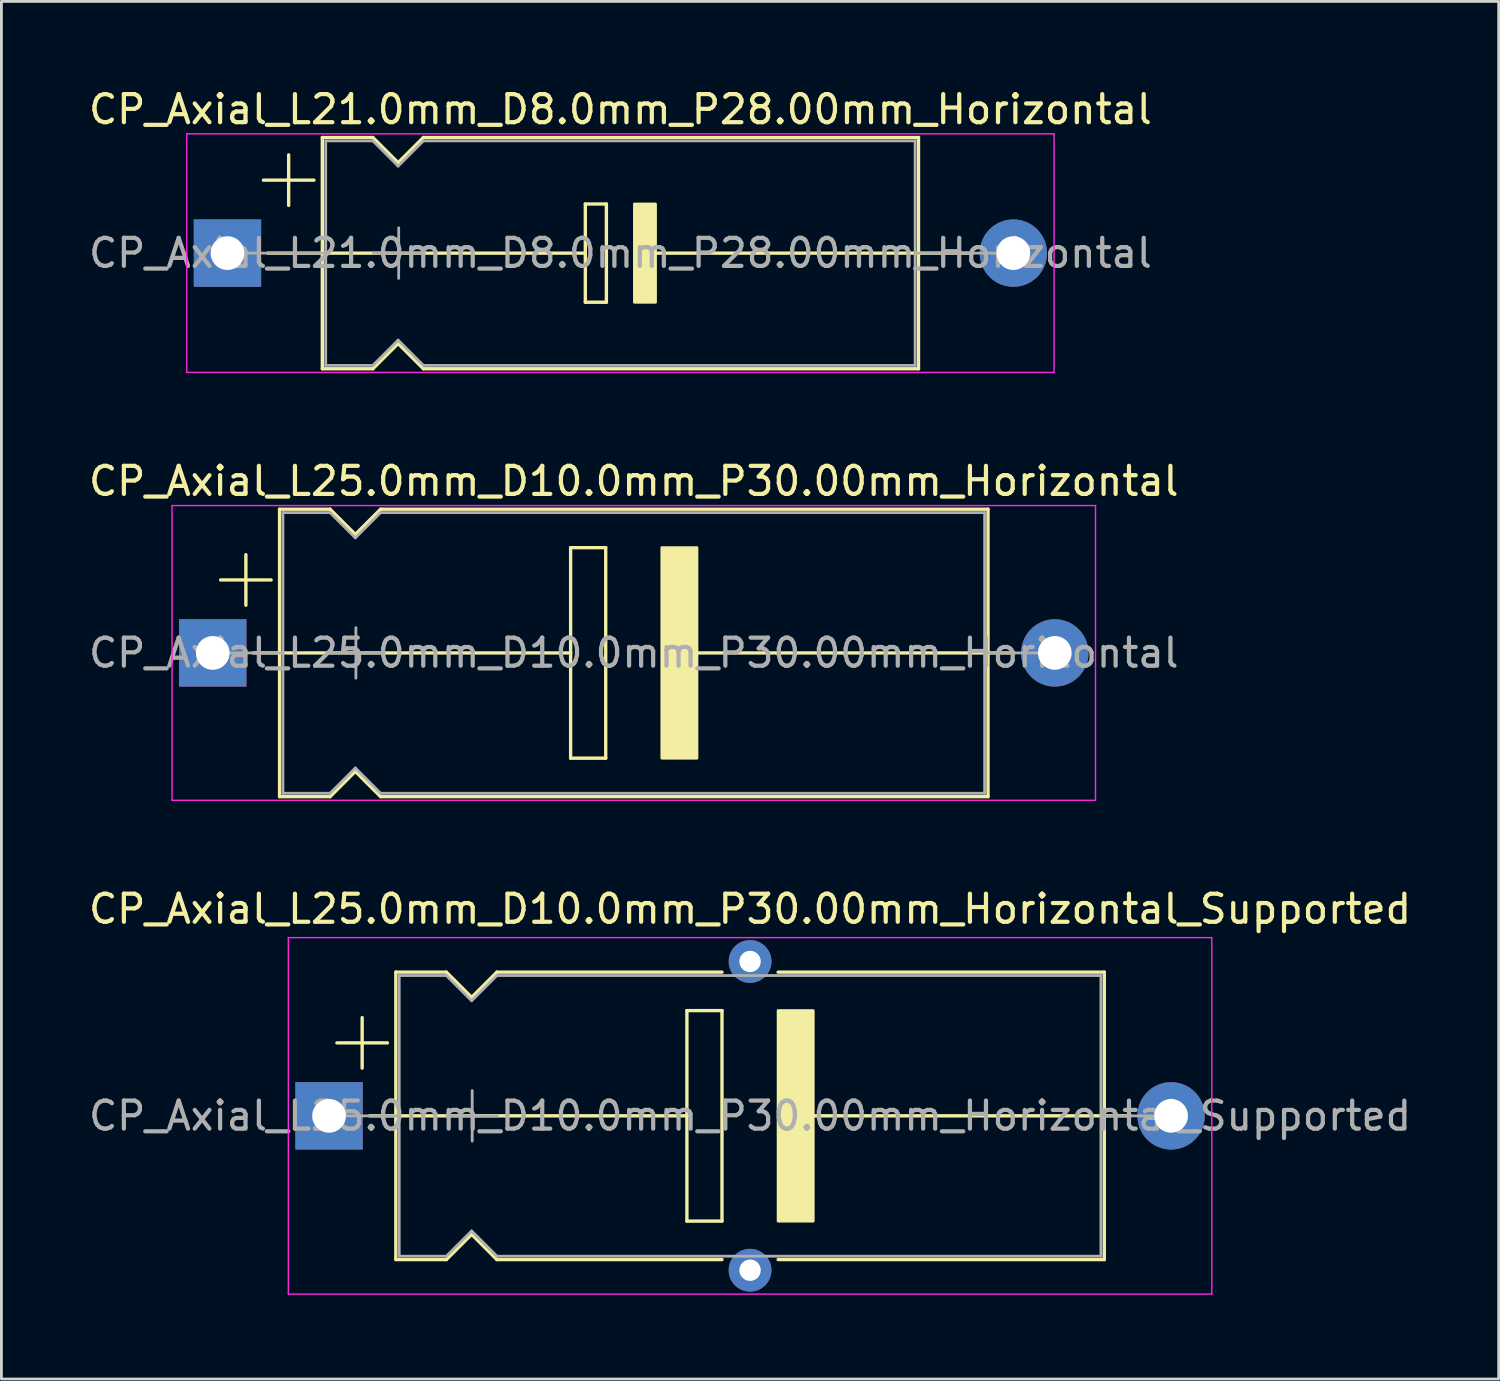
<source format=kicad_pcb>
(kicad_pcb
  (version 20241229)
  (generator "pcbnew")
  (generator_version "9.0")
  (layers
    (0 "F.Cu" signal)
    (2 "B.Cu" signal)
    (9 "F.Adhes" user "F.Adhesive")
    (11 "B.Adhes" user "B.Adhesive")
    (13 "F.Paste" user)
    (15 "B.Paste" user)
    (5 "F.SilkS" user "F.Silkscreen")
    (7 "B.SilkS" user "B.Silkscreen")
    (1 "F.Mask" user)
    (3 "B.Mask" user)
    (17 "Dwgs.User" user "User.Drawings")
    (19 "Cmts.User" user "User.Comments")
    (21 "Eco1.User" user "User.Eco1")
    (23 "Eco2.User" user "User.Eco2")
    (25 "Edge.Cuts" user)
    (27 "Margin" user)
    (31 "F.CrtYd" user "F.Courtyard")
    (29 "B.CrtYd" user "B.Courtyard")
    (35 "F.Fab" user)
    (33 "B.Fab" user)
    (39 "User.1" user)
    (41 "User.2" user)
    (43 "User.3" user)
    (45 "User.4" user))
  (footprint "CP_Axial_L21.0mm_D8.0mm_P28.00mm_Horizontal"
    (layer "F.Cu")
    (at 5.054 5.968)
    (property "Reference" "CP_Axial_L21.0mm_D8.0mm_P28.00mm_Horizontal" (at 14 -5.12 0) (layer "F.SilkS") (effects (font (size 1 1) (thickness 0.15))))
    (attr through_hole)
    (fp_line (start 1.28 -2.6) (end 3.08 -2.6) (stroke (width 0.12) (type solid)) (layer "F.SilkS"))
    (fp_line (start 1.44 0) (end 3.38 0) (stroke (width 0.12) (type solid)) (layer "F.SilkS"))
    (fp_line (start 2.18 -3.5) (end 2.18 -1.7) (stroke (width 0.12) (type solid)) (layer "F.SilkS"))
    (fp_line (start 3.365 0) (end 12.75 0) (stroke (width 0.12) (type solid)) (layer "F.SilkS"))
    (fp_line (start 3.38 -4.12) (end 3.38 4.12) (stroke (width 0.12) (type solid)) (layer "F.SilkS"))
    (fp_line (start 3.38 -4.12) (end 5.18 -4.12) (stroke (width 0.12) (type solid)) (layer "F.SilkS"))
    (fp_line (start 3.38 4.12) (end 5.18 4.12) (stroke (width 0.12) (type solid)) (layer "F.SilkS"))
    (fp_line (start 5.18 -4.12) (end 6.08 -3.22) (stroke (width 0.12) (type solid)) (layer "F.SilkS"))
    (fp_line (start 5.18 4.12) (end 6.08 3.22) (stroke (width 0.12) (type solid)) (layer "F.SilkS"))
    (fp_line (start 6.08 -3.22) (end 6.98 -4.12) (stroke (width 0.12) (type solid)) (layer "F.SilkS"))
    (fp_line (start 6.08 3.22) (end 6.98 4.12) (stroke (width 0.12) (type solid)) (layer "F.SilkS"))
    (fp_line (start 6.98 -4.12) (end 24.62 -4.12) (stroke (width 0.12) (type solid)) (layer "F.SilkS"))
    (fp_line (start 6.98 4.12) (end 24.62 4.12) (stroke (width 0.12) (type solid)) (layer "F.SilkS"))
    (fp_line (start 12.75 -1.75) (end 12.75 1.75) (stroke (width 0.12) (type solid)) (layer "F.SilkS"))
    (fp_line (start 12.75 -1.75) (end 13.5 -1.75) (stroke (width 0.12) (type solid)) (layer "F.SilkS"))
    (fp_line (start 13.5 -1.75) (end 13.5 1.75) (stroke (width 0.12) (type solid)) (layer "F.SilkS"))
    (fp_line (start 13.5 1.75) (end 12.75 1.75) (stroke (width 0.12) (type solid)) (layer "F.SilkS"))
    (fp_line (start 15.25 0) (end 24.638 0) (stroke (width 0.12) (type solid)) (layer "F.SilkS"))
    (fp_line (start 24.62 -4.12) (end 24.62 4.12) (stroke (width 0.12) (type solid)) (layer "F.SilkS"))
    (fp_line (start 26.56 0) (end 24.62 0) (stroke (width 0.12) (type solid)) (layer "F.SilkS"))
    (fp_poly (pts (xy 15.25 1.75) (xy 14.5 1.75) (xy 14.5 -1.75) (xy 15.25 -1.75)) (stroke (width 0.1) (type solid)) (fill yes) (layer "F.SilkS"))
    (fp_line (start -1.45 -4.25) (end -1.45 4.25) (stroke (width 0.05) (type solid)) (layer "F.CrtYd"))
    (fp_line (start -1.45 4.25) (end 29.45 4.25) (stroke (width 0.05) (type solid)) (layer "F.CrtYd"))
    (fp_line (start 29.45 -4.25) (end -1.45 -4.25) (stroke (width 0.05) (type solid)) (layer "F.CrtYd"))
    (fp_line (start 29.45 4.25) (end 29.45 -4.25) (stroke (width 0.05) (type solid)) (layer "F.CrtYd"))
    (fp_line (start 0 0) (end 3.5 0) (stroke (width 0.1) (type solid)) (layer "F.Fab"))
    (fp_line (start 3.5 -4) (end 3.5 4) (stroke (width 0.1) (type solid)) (layer "F.Fab"))
    (fp_line (start 3.5 -4) (end 5.18 -4) (stroke (width 0.1) (type solid)) (layer "F.Fab"))
    (fp_line (start 3.5 4) (end 5.18 4) (stroke (width 0.1) (type solid)) (layer "F.Fab"))
    (fp_line (start 5.18 -4) (end 6.08 -3.1) (stroke (width 0.1) (type solid)) (layer "F.Fab"))
    (fp_line (start 5.18 4) (end 6.08 3.1) (stroke (width 0.1) (type solid)) (layer "F.Fab"))
    (fp_line (start 5.2 0) (end 7 0) (stroke (width 0.1) (type solid)) (layer "F.Fab"))
    (fp_line (start 6.08 -3.1) (end 6.98 -4) (stroke (width 0.1) (type solid)) (layer "F.Fab"))
    (fp_line (start 6.08 3.1) (end 6.98 4) (stroke (width 0.1) (type solid)) (layer "F.Fab"))
    (fp_line (start 6.1 -0.9) (end 6.1 0.9) (stroke (width 0.1) (type solid)) (layer "F.Fab"))
    (fp_line (start 6.98 -4) (end 24.5 -4) (stroke (width 0.1) (type solid)) (layer "F.Fab"))
    (fp_line (start 6.98 4) (end 24.5 4) (stroke (width 0.1) (type solid)) (layer "F.Fab"))
    (fp_line (start 24.5 -4) (end 24.5 4) (stroke (width 0.1) (type solid)) (layer "F.Fab"))
    (fp_line (start 28 0) (end 24.5 0) (stroke (width 0.1) (type solid)) (layer "F.Fab"))
    (fp_text user "${REFERENCE}" (at 14 0 0) (layer "F.Fab") (effects (font (size 1 1) (thickness 0.15))))
    (pad "1" thru_hole rect (at 0 0) (size 2.4 2.4) (drill 1.2) (layers "*.Cu" "*.Mask"))
    (pad "2" thru_hole oval (at 28 0) (size 2.4 2.4) (drill 1.2) (layers "*.Cu" "*.Mask")))
  (footprint "CP_Axial_L25.0mm_D10.0mm_P30.00mm_Horizontal_Supported"
    (layer "F.Cu")
    (at 8.673 36.705)
    (property "Reference" "CP_Axial_L25.0mm_D10.0mm_P30.00mm_Horizontal_Supported" (at 15 -7.37 0) (layer "F.SilkS") (effects (font (size 1 1) (thickness 0.15))))
    (attr through_hole)
    (fp_line (start 0.28 -2.6) (end 2.08 -2.6) (stroke (width 0.12) (type solid)) (layer "F.SilkS"))
    (fp_line (start 1.18 -3.5) (end 1.18 -1.7) (stroke (width 0.12) (type solid)) (layer "F.SilkS"))
    (fp_line (start 1.44 0) (end 2.38 0) (stroke (width 0.12) (type solid)) (layer "F.SilkS"))
    (fp_line (start 2.38 -5.12) (end 2.38 5.12) (stroke (width 0.12) (type solid)) (layer "F.SilkS"))
    (fp_line (start 2.38 -5.12) (end 4.18 -5.12) (stroke (width 0.12) (type solid)) (layer "F.SilkS"))
    (fp_line (start 2.38 0) (end 12.75 0) (stroke (width 0.12) (type solid)) (layer "F.SilkS"))
    (fp_line (start 2.38 5.12) (end 4.18 5.12) (stroke (width 0.12) (type solid)) (layer "F.SilkS"))
    (fp_line (start 4.18 -5.12) (end 5.08 -4.22) (stroke (width 0.12) (type solid)) (layer "F.SilkS"))
    (fp_line (start 4.18 5.12) (end 5.08 4.22) (stroke (width 0.12) (type solid)) (layer "F.SilkS"))
    (fp_line (start 5.08 -4.22) (end 5.98 -5.12) (stroke (width 0.12) (type solid)) (layer "F.SilkS"))
    (fp_line (start 5.08 4.22) (end 5.98 5.12) (stroke (width 0.12) (type solid)) (layer "F.SilkS"))
    (fp_line (start 5.98 -5.12) (end 14 -5.12) (stroke (width 0.12) (type solid)) (layer "F.SilkS"))
    (fp_line (start 5.98 5.12) (end 14 5.12) (stroke (width 0.12) (type solid)) (layer "F.SilkS"))
    (fp_line (start 12.75 -3.75) (end 14 -3.75) (stroke (width 0.12) (type solid)) (layer "F.SilkS"))
    (fp_line (start 12.75 0) (end 12.75 -3.75) (stroke (width 0.12) (type solid)) (layer "F.SilkS"))
    (fp_line (start 12.75 3.75) (end 12.75 0) (stroke (width 0.12) (type solid)) (layer "F.SilkS"))
    (fp_line (start 14 -3.75) (end 14 3.75) (stroke (width 0.12) (type solid)) (layer "F.SilkS"))
    (fp_line (start 14 3.75) (end 12.75 3.75) (stroke (width 0.12) (type solid)) (layer "F.SilkS"))
    (fp_line (start 16 -5.12) (end 27.62 -5.12) (stroke (width 0.12) (type solid)) (layer "F.SilkS"))
    (fp_line (start 16 5.12) (end 27.62 5.12) (stroke (width 0.12) (type solid)) (layer "F.SilkS"))
    (fp_line (start 17.25 0) (end 27.622 0) (stroke (width 0.12) (type solid)) (layer "F.SilkS"))
    (fp_line (start 27.62 -5.12) (end 27.62 5.12) (stroke (width 0.12) (type solid)) (layer "F.SilkS"))
    (fp_line (start 28.56 0) (end 27.62 0) (stroke (width 0.12) (type solid)) (layer "F.SilkS"))
    (fp_poly (pts (xy 17.25 3.75) (xy 16 3.75) (xy 16 -3.75) (xy 17.25 -3.75)) (stroke (width 0.1) (type solid)) (fill yes) (layer "F.SilkS"))
    (fp_line (start -1.45 -6.35) (end -1.45 6.35) (stroke (width 0.05) (type solid)) (layer "F.CrtYd"))
    (fp_line (start -1.45 6.35) (end 31.45 6.35) (stroke (width 0.05) (type solid)) (layer "F.CrtYd"))
    (fp_line (start 31.45 -6.35) (end -1.45 -6.35) (stroke (width 0.05) (type solid)) (layer "F.CrtYd"))
    (fp_line (start 31.45 6.35) (end 31.45 -6.35) (stroke (width 0.05) (type solid)) (layer "F.CrtYd"))
    (fp_line (start 0 0) (end 2.5 0) (stroke (width 0.1) (type solid)) (layer "F.Fab"))
    (fp_line (start 2.5 -5) (end 2.5 5) (stroke (width 0.1) (type solid)) (layer "F.Fab"))
    (fp_line (start 2.5 -5) (end 4.18 -5) (stroke (width 0.1) (type solid)) (layer "F.Fab"))
    (fp_line (start 2.5 5) (end 4.18 5) (stroke (width 0.1) (type solid)) (layer "F.Fab"))
    (fp_line (start 4.18 -5) (end 5.08 -4.1) (stroke (width 0.1) (type solid)) (layer "F.Fab"))
    (fp_line (start 4.18 5) (end 5.08 4.1) (stroke (width 0.1) (type solid)) (layer "F.Fab"))
    (fp_line (start 4.2 0) (end 6 0) (stroke (width 0.1) (type solid)) (layer "F.Fab"))
    (fp_line (start 5.08 -4.1) (end 5.98 -5) (stroke (width 0.1) (type solid)) (layer "F.Fab"))
    (fp_line (start 5.08 4.1) (end 5.98 5) (stroke (width 0.1) (type solid)) (layer "F.Fab"))
    (fp_line (start 5.1 -0.9) (end 5.1 0.9) (stroke (width 0.1) (type solid)) (layer "F.Fab"))
    (fp_line (start 5.98 -5) (end 27.5 -5) (stroke (width 0.1) (type solid)) (layer "F.Fab"))
    (fp_line (start 5.98 5) (end 27.5 5) (stroke (width 0.1) (type solid)) (layer "F.Fab"))
    (fp_line (start 27.5 -5) (end 27.5 5) (stroke (width 0.1) (type solid)) (layer "F.Fab"))
    (fp_line (start 30 0) (end 27.5 0) (stroke (width 0.1) (type solid)) (layer "F.Fab"))
    (fp_text user "${REFERENCE}" (at 15 0 0) (layer "F.Fab") (effects (font (size 1 1) (thickness 0.15))))
    (pad "" thru_hole circle (at 15 -5.5) (size 1.524 1.524) (drill 0.762) (layers "*.Cu" "*.Mask"))
    (pad "" thru_hole circle (at 15 5.5) (size 1.524 1.524) (drill 0.762) (layers "*.Cu" "*.Mask"))
    (pad "1" thru_hole rect (at 0 0) (size 2.4 2.4) (drill 1.2) (layers "*.Cu" "*.Mask"))
    (pad "2" thru_hole oval (at 30 0) (size 2.4 2.4) (drill 1.2) (layers "*.Cu" "*.Mask")))
  (footprint "CP_Axial_L25.0mm_D10.0mm_P30.00mm_Horizontal"
    (layer "F.Cu")
    (at 4.53 20.212)
    (property "Reference" "CP_Axial_L25.0mm_D10.0mm_P30.00mm_Horizontal" (at 15 -6.12 0) (layer "F.SilkS") (effects (font (size 1 1) (thickness 0.15))))
    (attr through_hole)
    (fp_line (start 0.28 -2.6) (end 2.08 -2.6) (stroke (width 0.12) (type solid)) (layer "F.SilkS"))
    (fp_line (start 1.18 -3.5) (end 1.18 -1.7) (stroke (width 0.12) (type solid)) (layer "F.SilkS"))
    (fp_line (start 1.44 0) (end 2.38 0) (stroke (width 0.12) (type solid)) (layer "F.SilkS"))
    (fp_line (start 2.38 -5.12) (end 2.38 5.12) (stroke (width 0.12) (type solid)) (layer "F.SilkS"))
    (fp_line (start 2.38 -5.12) (end 4.18 -5.12) (stroke (width 0.12) (type solid)) (layer "F.SilkS"))
    (fp_line (start 2.38 0) (end 12.75 0) (stroke (width 0.12) (type solid)) (layer "F.SilkS"))
    (fp_line (start 2.38 5.12) (end 4.18 5.12) (stroke (width 0.12) (type solid)) (layer "F.SilkS"))
    (fp_line (start 4.18 -5.12) (end 5.08 -4.22) (stroke (width 0.12) (type solid)) (layer "F.SilkS"))
    (fp_line (start 4.18 5.12) (end 5.08 4.22) (stroke (width 0.12) (type solid)) (layer "F.SilkS"))
    (fp_line (start 5.08 -4.22) (end 5.98 -5.12) (stroke (width 0.12) (type solid)) (layer "F.SilkS"))
    (fp_line (start 5.08 4.22) (end 5.98 5.12) (stroke (width 0.12) (type solid)) (layer "F.SilkS"))
    (fp_line (start 5.98 -5.12) (end 27.62 -5.12) (stroke (width 0.12) (type solid)) (layer "F.SilkS"))
    (fp_line (start 5.98 5.12) (end 27.62 5.12) (stroke (width 0.12) (type solid)) (layer "F.SilkS"))
    (fp_line (start 12.75 -3.75) (end 14 -3.75) (stroke (width 0.12) (type solid)) (layer "F.SilkS"))
    (fp_line (start 12.75 0) (end 12.75 -3.75) (stroke (width 0.12) (type solid)) (layer "F.SilkS"))
    (fp_line (start 12.75 3.75) (end 12.75 0) (stroke (width 0.12) (type solid)) (layer "F.SilkS"))
    (fp_line (start 14 -3.75) (end 14 3.75) (stroke (width 0.12) (type solid)) (layer "F.SilkS"))
    (fp_line (start 14 3.75) (end 12.75 3.75) (stroke (width 0.12) (type solid)) (layer "F.SilkS"))
    (fp_line (start 17.25 0) (end 27.62 0) (stroke (width 0.12) (type solid)) (layer "F.SilkS"))
    (fp_line (start 27.62 -5.12) (end 27.62 5.12) (stroke (width 0.12) (type solid)) (layer "F.SilkS"))
    (fp_line (start 28.56 0) (end 27.62 0) (stroke (width 0.12) (type solid)) (layer "F.SilkS"))
    (fp_poly (pts (xy 17.25 3.75) (xy 16 3.75) (xy 16 -3.75) (xy 17.25 -3.75)) (stroke (width 0.1) (type solid)) (fill yes) (layer "F.SilkS"))
    (fp_line (start -1.45 -5.25) (end -1.45 5.25) (stroke (width 0.05) (type solid)) (layer "F.CrtYd"))
    (fp_line (start -1.45 5.25) (end 31.45 5.25) (stroke (width 0.05) (type solid)) (layer "F.CrtYd"))
    (fp_line (start 31.45 -5.25) (end -1.45 -5.25) (stroke (width 0.05) (type solid)) (layer "F.CrtYd"))
    (fp_line (start 31.45 5.25) (end 31.45 -5.25) (stroke (width 0.05) (type solid)) (layer "F.CrtYd"))
    (fp_line (start 0 0) (end 2.5 0) (stroke (width 0.1) (type solid)) (layer "F.Fab"))
    (fp_line (start 2.5 -5) (end 2.5 5) (stroke (width 0.1) (type solid)) (layer "F.Fab"))
    (fp_line (start 2.5 -5) (end 4.18 -5) (stroke (width 0.1) (type solid)) (layer "F.Fab"))
    (fp_line (start 2.5 5) (end 4.18 5) (stroke (width 0.1) (type solid)) (layer "F.Fab"))
    (fp_line (start 4.18 -5) (end 5.08 -4.1) (stroke (width 0.1) (type solid)) (layer "F.Fab"))
    (fp_line (start 4.18 5) (end 5.08 4.1) (stroke (width 0.1) (type solid)) (layer "F.Fab"))
    (fp_line (start 4.2 0) (end 6 0) (stroke (width 0.1) (type solid)) (layer "F.Fab"))
    (fp_line (start 5.08 -4.1) (end 5.98 -5) (stroke (width 0.1) (type solid)) (layer "F.Fab"))
    (fp_line (start 5.08 4.1) (end 5.98 5) (stroke (width 0.1) (type solid)) (layer "F.Fab"))
    (fp_line (start 5.1 -0.9) (end 5.1 0.9) (stroke (width 0.1) (type solid)) (layer "F.Fab"))
    (fp_line (start 5.98 -5) (end 27.5 -5) (stroke (width 0.1) (type solid)) (layer "F.Fab"))
    (fp_line (start 5.98 5) (end 27.5 5) (stroke (width 0.1) (type solid)) (layer "F.Fab"))
    (fp_line (start 27.5 -5) (end 27.5 5) (stroke (width 0.1) (type solid)) (layer "F.Fab"))
    (fp_line (start 30 0) (end 27.5 0) (stroke (width 0.1) (type solid)) (layer "F.Fab"))
    (fp_text user "${REFERENCE}" (at 15 0 0) (layer "F.Fab") (effects (font (size 1 1) (thickness 0.15))))
    (pad "1" thru_hole rect (at 0 0) (size 2.4 2.4) (drill 1.2) (layers "*.Cu" "*.Mask"))
    (pad "2" thru_hole oval (at 30 0) (size 2.4 2.4) (drill 1.2) (layers "*.Cu" "*.Mask")))
  (gr_rect
    (start -3 -3)
    (end 50.345 46.08)
    (stroke (width 0.1) (type default))
    (fill no)
    (layer "Edge.Cuts")))
</source>
